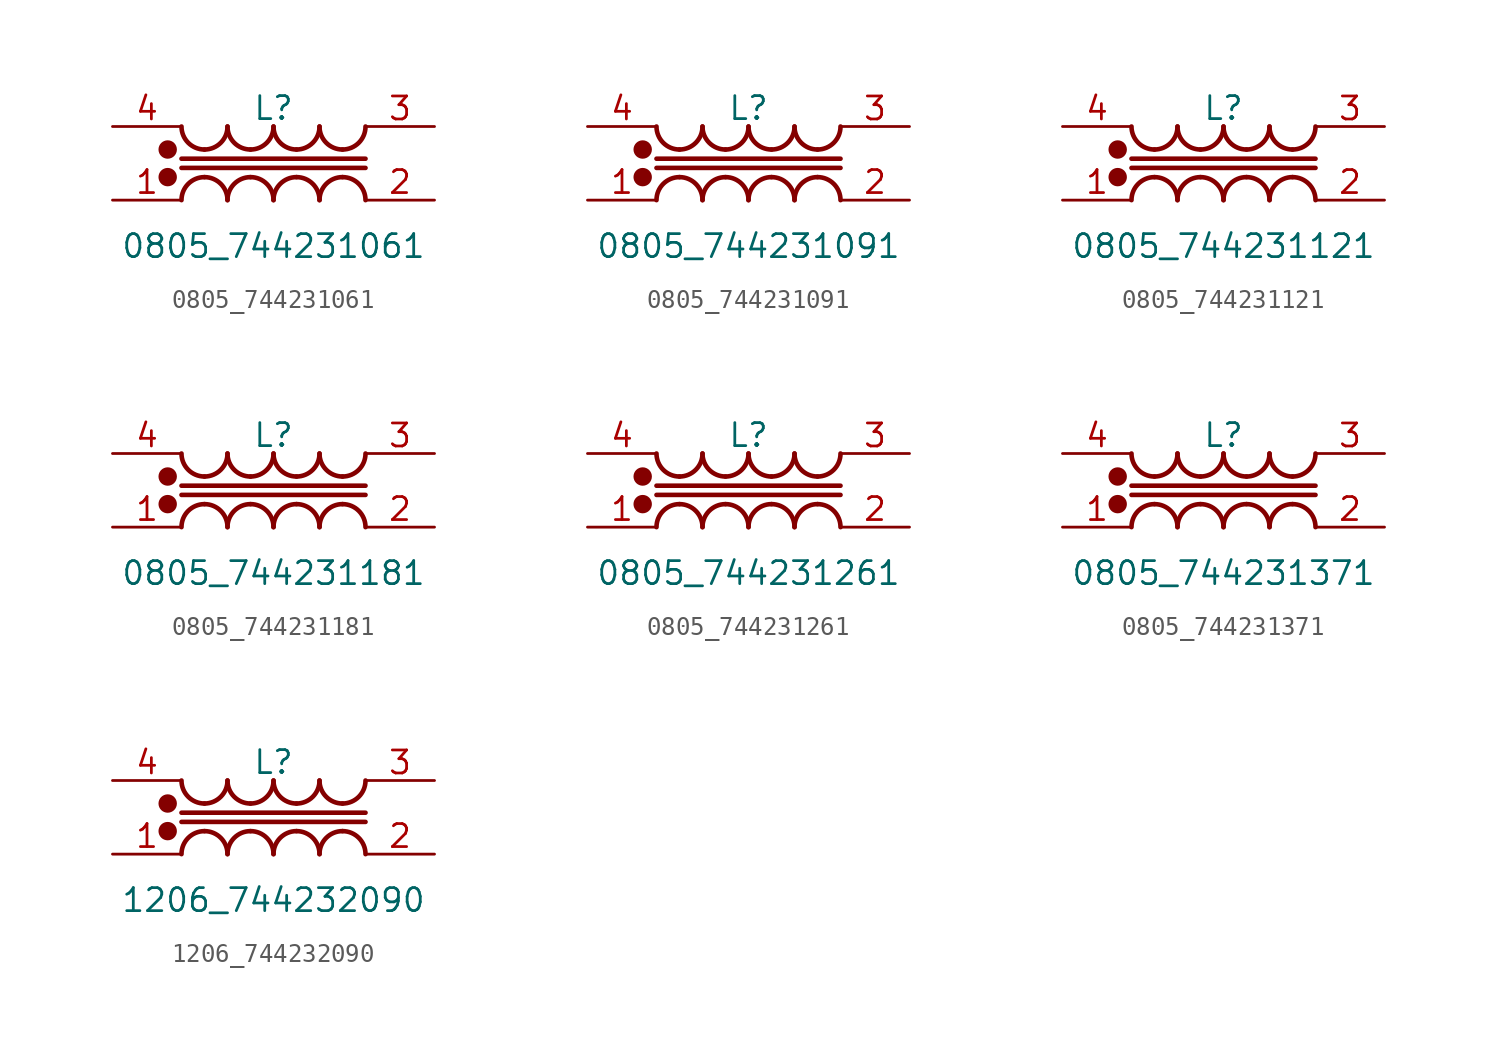
<source format=kicad_sym>
(kicad_symbol_lib
  (version 20211014)
  (generator kicad_symbol_editor)
  (symbol "Inductor_Wurth_WE-CNSW:0805_744231061"
    (pin_names hide)
    (property "Reference" "L"
      (at 0 5.08 0)
      (effects (font (size 1.27 1.27))))
    (property "Value" "0805_744231061"
      (at 0 -2.54 0)
      (effects (font (size 1.27 1.27))))
    (symbol "0805_744231061_0_1"
      (arc (start -5.08 4.064) (mid -4.708 3.166) (end -3.81 2.794) (stroke (width 0.254) (type default)) (fill (type none)))
      (arc (start -3.81 1.27) (mid -4.708 0.898) (end -5.08 0) (stroke (width 0.254) (type default)) (fill (type none)))
      (arc (start -3.81 2.794) (mid -2.912 3.166) (end -2.54 4.064) (stroke (width 0.254) (type default)) (fill (type none)))
      (arc (start -2.54 0) (mid -2.912 0.898) (end -3.81 1.27) (stroke (width 0.254) (type default)) (fill (type none)))
      (arc (start -2.5399 4.0639) (mid -2.1679 3.1659) (end -1.2699 2.7939) (stroke (width 0.254) (type default)) (fill (type none)))
      (arc (start -1.2699 1.2701) (mid -2.1679 0.8981) (end -2.5399 0.0001) (stroke (width 0.254) (type default)) (fill (type none)))
      (arc (start -1.2699 2.7939) (mid -0.3719 3.1659) (end 0.0001 4.0639) (stroke (width 0.254) (type default)) (fill (type none)))
      (arc (start 0.0001 0.0001) (mid -0.3719 0.8981) (end -1.2699 1.2701) (stroke (width 0.254) (type default)) (fill (type none)))
      (polyline (pts (xy -5.08 1.778) (xy 5.08 1.778)) (stroke (width 0.254) (type default)) (fill (type none)))
      (polyline (pts (xy -5.08 2.286) (xy 5.08 2.286)) (stroke (width 0.254) (type default)) (fill (type none)))
      (arc (start 0.0001 4.0639) (mid 0.3721 3.166) (end 1.2701 2.7939) (stroke (width 0.254) (type default)) (fill (type none)))
      (arc (start 1.2701 1.2701) (mid 0.3721 0.8981) (end 0.0001 0.0001) (stroke (width 0.254) (type default)) (fill (type none)))
      (arc (start 1.2701 2.7939) (mid 2.1681 3.1659) (end 2.5401 4.0639) (stroke (width 0.254) (type default)) (fill (type none)))
      (arc (start 2.5401 0.0001) (mid 2.1681 0.8981) (end 1.2701 1.2701) (stroke (width 0.254) (type default)) (fill (type none)))
      (arc (start 2.5401 4.0639) (mid 2.9121 3.166) (end 3.8101 2.7939) (stroke (width 0.254) (type default)) (fill (type none)))
      (arc (start 3.8101 1.2701) (mid 2.9121 0.8981) (end 2.5401 0.0001) (stroke (width 0.254) (type default)) (fill (type none)))
      (arc (start 3.8101 2.7939) (mid 4.7081 3.1659) (end 5.0801 4.0639) (stroke (width 0.254) (type default)) (fill (type none)))
      (arc (start 5.0801 0.0001) (mid 4.7081 0.8981) (end 3.8101 1.2701) (stroke (width 0.254) (type default)) (fill (type none))))
    (symbol "0805_744231061_1_1"
      (circle (center -5.842 1.27) (radius 0.0001) (stroke (width 0.508) (type default)) (fill (type none)))
      (circle (center -5.842 2.794) (radius 0.0001) (stroke (width 0.508) (type default)) (fill (type none)))
      (pin passive line (at -8.89 0 0) (length 3.81) (name "1" (effects (font (size 1.27 1.27)))) (number "1" (effects (font (size 1.27 1.27)))))
      (pin passive line (at 8.89 0 180) (length 3.81) (name "2" (effects (font (size 1.27 1.27)))) (number "2" (effects (font (size 1.27 1.27)))))
      (pin passive line (at 8.89 4.064 180) (length 3.81) (name "3" (effects (font (size 1.27 1.27)))) (number "3" (effects (font (size 1.27 1.27)))))
      (pin passive line (at -8.89 4.064 0) (length 3.81) (name "4" (effects (font (size 1.27 1.27)))) (number "4" (effects (font (size 1.27 1.27)))))))
  (symbol "Inductor_Wurth_WE-CNSW:0805_744231091"
    (pin_names hide)
    (property "Reference" "L"
      (at 0 5.08 0)
      (effects (font (size 1.27 1.27))))
    (property "Value" "0805_744231091"
      (at 0 -2.54 0)
      (effects (font (size 1.27 1.27))))
    (symbol "0805_744231091_0_1"
      (arc (start -5.08 4.064) (mid -4.708 3.166) (end -3.81 2.794) (stroke (width 0.254) (type default)) (fill (type none)))
      (arc (start -3.81 1.27) (mid -4.708 0.898) (end -5.08 0) (stroke (width 0.254) (type default)) (fill (type none)))
      (arc (start -3.81 2.794) (mid -2.912 3.166) (end -2.54 4.064) (stroke (width 0.254) (type default)) (fill (type none)))
      (arc (start -2.54 0) (mid -2.912 0.898) (end -3.81 1.27) (stroke (width 0.254) (type default)) (fill (type none)))
      (arc (start -2.5399 4.0639) (mid -2.1679 3.1659) (end -1.2699 2.7939) (stroke (width 0.254) (type default)) (fill (type none)))
      (arc (start -1.2699 1.2701) (mid -2.1679 0.8981) (end -2.5399 0.0001) (stroke (width 0.254) (type default)) (fill (type none)))
      (arc (start -1.2699 2.7939) (mid -0.3719 3.1659) (end 0.0001 4.0639) (stroke (width 0.254) (type default)) (fill (type none)))
      (arc (start 0.0001 0.0001) (mid -0.3719 0.8981) (end -1.2699 1.2701) (stroke (width 0.254) (type default)) (fill (type none)))
      (polyline (pts (xy -5.08 1.778) (xy 5.08 1.778)) (stroke (width 0.254) (type default)) (fill (type none)))
      (polyline (pts (xy -5.08 2.286) (xy 5.08 2.286)) (stroke (width 0.254) (type default)) (fill (type none)))
      (arc (start 0.0001 4.0639) (mid 0.3721 3.166) (end 1.2701 2.7939) (stroke (width 0.254) (type default)) (fill (type none)))
      (arc (start 1.2701 1.2701) (mid 0.3721 0.8981) (end 0.0001 0.0001) (stroke (width 0.254) (type default)) (fill (type none)))
      (arc (start 1.2701 2.7939) (mid 2.1681 3.1659) (end 2.5401 4.0639) (stroke (width 0.254) (type default)) (fill (type none)))
      (arc (start 2.5401 0.0001) (mid 2.1681 0.8981) (end 1.2701 1.2701) (stroke (width 0.254) (type default)) (fill (type none)))
      (arc (start 2.5401 4.0639) (mid 2.9121 3.166) (end 3.8101 2.7939) (stroke (width 0.254) (type default)) (fill (type none)))
      (arc (start 3.8101 1.2701) (mid 2.9121 0.8981) (end 2.5401 0.0001) (stroke (width 0.254) (type default)) (fill (type none)))
      (arc (start 3.8101 2.7939) (mid 4.7081 3.1659) (end 5.0801 4.0639) (stroke (width 0.254) (type default)) (fill (type none)))
      (arc (start 5.0801 0.0001) (mid 4.7081 0.8981) (end 3.8101 1.2701) (stroke (width 0.254) (type default)) (fill (type none))))
    (symbol "0805_744231091_1_1"
      (circle (center -5.842 1.27) (radius 0.0001) (stroke (width 0.508) (type default)) (fill (type none)))
      (circle (center -5.842 2.794) (radius 0.0001) (stroke (width 0.508) (type default)) (fill (type none)))
      (pin passive line (at -8.89 0 0) (length 3.81) (name "1" (effects (font (size 1.27 1.27)))) (number "1" (effects (font (size 1.27 1.27)))))
      (pin passive line (at 8.89 0 180) (length 3.81) (name "2" (effects (font (size 1.27 1.27)))) (number "2" (effects (font (size 1.27 1.27)))))
      (pin passive line (at 8.89 4.064 180) (length 3.81) (name "3" (effects (font (size 1.27 1.27)))) (number "3" (effects (font (size 1.27 1.27)))))
      (pin passive line (at -8.89 4.064 0) (length 3.81) (name "4" (effects (font (size 1.27 1.27)))) (number "4" (effects (font (size 1.27 1.27)))))))
  (symbol "Inductor_Wurth_WE-CNSW:0805_744231121"
    (pin_names hide)
    (property "Reference" "L"
      (at 0 5.08 0)
      (effects (font (size 1.27 1.27))))
    (property "Value" "0805_744231121"
      (at 0 -2.54 0)
      (effects (font (size 1.27 1.27))))
    (symbol "0805_744231121_0_1"
      (arc (start -5.08 4.064) (mid -4.708 3.166) (end -3.81 2.794) (stroke (width 0.254) (type default)) (fill (type none)))
      (arc (start -3.81 1.27) (mid -4.708 0.898) (end -5.08 0) (stroke (width 0.254) (type default)) (fill (type none)))
      (arc (start -3.81 2.794) (mid -2.912 3.166) (end -2.54 4.064) (stroke (width 0.254) (type default)) (fill (type none)))
      (arc (start -2.54 0) (mid -2.912 0.898) (end -3.81 1.27) (stroke (width 0.254) (type default)) (fill (type none)))
      (arc (start -2.5399 4.0639) (mid -2.1679 3.1659) (end -1.2699 2.7939) (stroke (width 0.254) (type default)) (fill (type none)))
      (arc (start -1.2699 1.2701) (mid -2.1679 0.8981) (end -2.5399 0.0001) (stroke (width 0.254) (type default)) (fill (type none)))
      (arc (start -1.2699 2.7939) (mid -0.3719 3.1659) (end 0.0001 4.0639) (stroke (width 0.254) (type default)) (fill (type none)))
      (arc (start 0.0001 0.0001) (mid -0.3719 0.8981) (end -1.2699 1.2701) (stroke (width 0.254) (type default)) (fill (type none)))
      (polyline (pts (xy -5.08 1.778) (xy 5.08 1.778)) (stroke (width 0.254) (type default)) (fill (type none)))
      (polyline (pts (xy -5.08 2.286) (xy 5.08 2.286)) (stroke (width 0.254) (type default)) (fill (type none)))
      (arc (start 0.0001 4.0639) (mid 0.3721 3.166) (end 1.2701 2.7939) (stroke (width 0.254) (type default)) (fill (type none)))
      (arc (start 1.2701 1.2701) (mid 0.3721 0.8981) (end 0.0001 0.0001) (stroke (width 0.254) (type default)) (fill (type none)))
      (arc (start 1.2701 2.7939) (mid 2.1681 3.1659) (end 2.5401 4.0639) (stroke (width 0.254) (type default)) (fill (type none)))
      (arc (start 2.5401 0.0001) (mid 2.1681 0.8981) (end 1.2701 1.2701) (stroke (width 0.254) (type default)) (fill (type none)))
      (arc (start 2.5401 4.0639) (mid 2.9121 3.166) (end 3.8101 2.7939) (stroke (width 0.254) (type default)) (fill (type none)))
      (arc (start 3.8101 1.2701) (mid 2.9121 0.8981) (end 2.5401 0.0001) (stroke (width 0.254) (type default)) (fill (type none)))
      (arc (start 3.8101 2.7939) (mid 4.7081 3.1659) (end 5.0801 4.0639) (stroke (width 0.254) (type default)) (fill (type none)))
      (arc (start 5.0801 0.0001) (mid 4.7081 0.8981) (end 3.8101 1.2701) (stroke (width 0.254) (type default)) (fill (type none))))
    (symbol "0805_744231121_1_1"
      (circle (center -5.842 1.27) (radius 0.0001) (stroke (width 0.508) (type default)) (fill (type none)))
      (circle (center -5.842 2.794) (radius 0.0001) (stroke (width 0.508) (type default)) (fill (type none)))
      (pin passive line (at -8.89 0 0) (length 3.81) (name "1" (effects (font (size 1.27 1.27)))) (number "1" (effects (font (size 1.27 1.27)))))
      (pin passive line (at 8.89 0 180) (length 3.81) (name "2" (effects (font (size 1.27 1.27)))) (number "2" (effects (font (size 1.27 1.27)))))
      (pin passive line (at 8.89 4.064 180) (length 3.81) (name "3" (effects (font (size 1.27 1.27)))) (number "3" (effects (font (size 1.27 1.27)))))
      (pin passive line (at -8.89 4.064 0) (length 3.81) (name "4" (effects (font (size 1.27 1.27)))) (number "4" (effects (font (size 1.27 1.27)))))))
  (symbol "Inductor_Wurth_WE-CNSW:0805_744231181"
    (pin_names hide)
    (property "Reference" "L"
      (at 0 5.08 0)
      (effects (font (size 1.27 1.27))))
    (property "Value" "0805_744231181"
      (at 0 -2.54 0)
      (effects (font (size 1.27 1.27))))
    (symbol "0805_744231181_0_1"
      (arc (start -5.08 4.064) (mid -4.708 3.166) (end -3.81 2.794) (stroke (width 0.254) (type default)) (fill (type none)))
      (arc (start -3.81 1.27) (mid -4.708 0.898) (end -5.08 0) (stroke (width 0.254) (type default)) (fill (type none)))
      (arc (start -3.81 2.794) (mid -2.912 3.166) (end -2.54 4.064) (stroke (width 0.254) (type default)) (fill (type none)))
      (arc (start -2.54 0) (mid -2.912 0.898) (end -3.81 1.27) (stroke (width 0.254) (type default)) (fill (type none)))
      (arc (start -2.5399 4.0639) (mid -2.1679 3.1659) (end -1.2699 2.7939) (stroke (width 0.254) (type default)) (fill (type none)))
      (arc (start -1.2699 1.2701) (mid -2.1679 0.8981) (end -2.5399 0.0001) (stroke (width 0.254) (type default)) (fill (type none)))
      (arc (start -1.2699 2.7939) (mid -0.3719 3.1659) (end 0.0001 4.0639) (stroke (width 0.254) (type default)) (fill (type none)))
      (arc (start 0.0001 0.0001) (mid -0.3719 0.8981) (end -1.2699 1.2701) (stroke (width 0.254) (type default)) (fill (type none)))
      (polyline (pts (xy -5.08 1.778) (xy 5.08 1.778)) (stroke (width 0.254) (type default)) (fill (type none)))
      (polyline (pts (xy -5.08 2.286) (xy 5.08 2.286)) (stroke (width 0.254) (type default)) (fill (type none)))
      (arc (start 0.0001 4.0639) (mid 0.3721 3.166) (end 1.2701 2.7939) (stroke (width 0.254) (type default)) (fill (type none)))
      (arc (start 1.2701 1.2701) (mid 0.3721 0.8981) (end 0.0001 0.0001) (stroke (width 0.254) (type default)) (fill (type none)))
      (arc (start 1.2701 2.7939) (mid 2.1681 3.1659) (end 2.5401 4.0639) (stroke (width 0.254) (type default)) (fill (type none)))
      (arc (start 2.5401 0.0001) (mid 2.1681 0.8981) (end 1.2701 1.2701) (stroke (width 0.254) (type default)) (fill (type none)))
      (arc (start 2.5401 4.0639) (mid 2.9121 3.166) (end 3.8101 2.7939) (stroke (width 0.254) (type default)) (fill (type none)))
      (arc (start 3.8101 1.2701) (mid 2.9121 0.8981) (end 2.5401 0.0001) (stroke (width 0.254) (type default)) (fill (type none)))
      (arc (start 3.8101 2.7939) (mid 4.7081 3.1659) (end 5.0801 4.0639) (stroke (width 0.254) (type default)) (fill (type none)))
      (arc (start 5.0801 0.0001) (mid 4.7081 0.8981) (end 3.8101 1.2701) (stroke (width 0.254) (type default)) (fill (type none))))
    (symbol "0805_744231181_1_1"
      (circle (center -5.842 1.27) (radius 0.0001) (stroke (width 0.508) (type default)) (fill (type none)))
      (circle (center -5.842 2.794) (radius 0.0001) (stroke (width 0.508) (type default)) (fill (type none)))
      (pin passive line (at -8.89 0 0) (length 3.81) (name "1" (effects (font (size 1.27 1.27)))) (number "1" (effects (font (size 1.27 1.27)))))
      (pin passive line (at 8.89 0 180) (length 3.81) (name "2" (effects (font (size 1.27 1.27)))) (number "2" (effects (font (size 1.27 1.27)))))
      (pin passive line (at 8.89 4.064 180) (length 3.81) (name "3" (effects (font (size 1.27 1.27)))) (number "3" (effects (font (size 1.27 1.27)))))
      (pin passive line (at -8.89 4.064 0) (length 3.81) (name "4" (effects (font (size 1.27 1.27)))) (number "4" (effects (font (size 1.27 1.27)))))))
  (symbol "Inductor_Wurth_WE-CNSW:0805_744231261"
    (pin_names hide)
    (property "Reference" "L"
      (at 0 5.08 0)
      (effects (font (size 1.27 1.27))))
    (property "Value" "0805_744231261"
      (at 0 -2.54 0)
      (effects (font (size 1.27 1.27))))
    (symbol "0805_744231261_0_1"
      (arc (start -5.08 4.064) (mid -4.708 3.166) (end -3.81 2.794) (stroke (width 0.254) (type default)) (fill (type none)))
      (arc (start -3.81 1.27) (mid -4.708 0.898) (end -5.08 0) (stroke (width 0.254) (type default)) (fill (type none)))
      (arc (start -3.81 2.794) (mid -2.912 3.166) (end -2.54 4.064) (stroke (width 0.254) (type default)) (fill (type none)))
      (arc (start -2.54 0) (mid -2.912 0.898) (end -3.81 1.27) (stroke (width 0.254) (type default)) (fill (type none)))
      (arc (start -2.5399 4.0639) (mid -2.1679 3.1659) (end -1.2699 2.7939) (stroke (width 0.254) (type default)) (fill (type none)))
      (arc (start -1.2699 1.2701) (mid -2.1679 0.8981) (end -2.5399 0.0001) (stroke (width 0.254) (type default)) (fill (type none)))
      (arc (start -1.2699 2.7939) (mid -0.3719 3.1659) (end 0.0001 4.0639) (stroke (width 0.254) (type default)) (fill (type none)))
      (arc (start 0.0001 0.0001) (mid -0.3719 0.8981) (end -1.2699 1.2701) (stroke (width 0.254) (type default)) (fill (type none)))
      (polyline (pts (xy -5.08 1.778) (xy 5.08 1.778)) (stroke (width 0.254) (type default)) (fill (type none)))
      (polyline (pts (xy -5.08 2.286) (xy 5.08 2.286)) (stroke (width 0.254) (type default)) (fill (type none)))
      (arc (start 0.0001 4.0639) (mid 0.3721 3.166) (end 1.2701 2.7939) (stroke (width 0.254) (type default)) (fill (type none)))
      (arc (start 1.2701 1.2701) (mid 0.3721 0.8981) (end 0.0001 0.0001) (stroke (width 0.254) (type default)) (fill (type none)))
      (arc (start 1.2701 2.7939) (mid 2.1681 3.1659) (end 2.5401 4.0639) (stroke (width 0.254) (type default)) (fill (type none)))
      (arc (start 2.5401 0.0001) (mid 2.1681 0.8981) (end 1.2701 1.2701) (stroke (width 0.254) (type default)) (fill (type none)))
      (arc (start 2.5401 4.0639) (mid 2.9121 3.166) (end 3.8101 2.7939) (stroke (width 0.254) (type default)) (fill (type none)))
      (arc (start 3.8101 1.2701) (mid 2.9121 0.8981) (end 2.5401 0.0001) (stroke (width 0.254) (type default)) (fill (type none)))
      (arc (start 3.8101 2.7939) (mid 4.7081 3.1659) (end 5.0801 4.0639) (stroke (width 0.254) (type default)) (fill (type none)))
      (arc (start 5.0801 0.0001) (mid 4.7081 0.8981) (end 3.8101 1.2701) (stroke (width 0.254) (type default)) (fill (type none))))
    (symbol "0805_744231261_1_1"
      (circle (center -5.842 1.27) (radius 0.0001) (stroke (width 0.508) (type default)) (fill (type none)))
      (circle (center -5.842 2.794) (radius 0.0001) (stroke (width 0.508) (type default)) (fill (type none)))
      (pin passive line (at -8.89 0 0) (length 3.81) (name "1" (effects (font (size 1.27 1.27)))) (number "1" (effects (font (size 1.27 1.27)))))
      (pin passive line (at 8.89 0 180) (length 3.81) (name "2" (effects (font (size 1.27 1.27)))) (number "2" (effects (font (size 1.27 1.27)))))
      (pin passive line (at 8.89 4.064 180) (length 3.81) (name "3" (effects (font (size 1.27 1.27)))) (number "3" (effects (font (size 1.27 1.27)))))
      (pin passive line (at -8.89 4.064 0) (length 3.81) (name "4" (effects (font (size 1.27 1.27)))) (number "4" (effects (font (size 1.27 1.27)))))))
  (symbol "Inductor_Wurth_WE-CNSW:0805_744231371"
    (pin_names hide)
    (property "Reference" "L"
      (at 0 5.08 0)
      (effects (font (size 1.27 1.27))))
    (property "Value" "0805_744231371"
      (at 0 -2.54 0)
      (effects (font (size 1.27 1.27))))
    (symbol "0805_744231371_0_1"
      (arc (start -5.08 4.064) (mid -4.708 3.166) (end -3.81 2.794) (stroke (width 0.254) (type default)) (fill (type none)))
      (arc (start -3.81 1.27) (mid -4.708 0.898) (end -5.08 0) (stroke (width 0.254) (type default)) (fill (type none)))
      (arc (start -3.81 2.794) (mid -2.912 3.166) (end -2.54 4.064) (stroke (width 0.254) (type default)) (fill (type none)))
      (arc (start -2.54 0) (mid -2.912 0.898) (end -3.81 1.27) (stroke (width 0.254) (type default)) (fill (type none)))
      (arc (start -2.5399 4.0639) (mid -2.1679 3.1659) (end -1.2699 2.7939) (stroke (width 0.254) (type default)) (fill (type none)))
      (arc (start -1.2699 1.2701) (mid -2.1679 0.8981) (end -2.5399 0.0001) (stroke (width 0.254) (type default)) (fill (type none)))
      (arc (start -1.2699 2.7939) (mid -0.3719 3.1659) (end 0.0001 4.0639) (stroke (width 0.254) (type default)) (fill (type none)))
      (arc (start 0.0001 0.0001) (mid -0.3719 0.8981) (end -1.2699 1.2701) (stroke (width 0.254) (type default)) (fill (type none)))
      (polyline (pts (xy -5.08 1.778) (xy 5.08 1.778)) (stroke (width 0.254) (type default)) (fill (type none)))
      (polyline (pts (xy -5.08 2.286) (xy 5.08 2.286)) (stroke (width 0.254) (type default)) (fill (type none)))
      (arc (start 0.0001 4.0639) (mid 0.3721 3.166) (end 1.2701 2.7939) (stroke (width 0.254) (type default)) (fill (type none)))
      (arc (start 1.2701 1.2701) (mid 0.3721 0.8981) (end 0.0001 0.0001) (stroke (width 0.254) (type default)) (fill (type none)))
      (arc (start 1.2701 2.7939) (mid 2.1681 3.1659) (end 2.5401 4.0639) (stroke (width 0.254) (type default)) (fill (type none)))
      (arc (start 2.5401 0.0001) (mid 2.1681 0.8981) (end 1.2701 1.2701) (stroke (width 0.254) (type default)) (fill (type none)))
      (arc (start 2.5401 4.0639) (mid 2.9121 3.166) (end 3.8101 2.7939) (stroke (width 0.254) (type default)) (fill (type none)))
      (arc (start 3.8101 1.2701) (mid 2.9121 0.8981) (end 2.5401 0.0001) (stroke (width 0.254) (type default)) (fill (type none)))
      (arc (start 3.8101 2.7939) (mid 4.7081 3.1659) (end 5.0801 4.0639) (stroke (width 0.254) (type default)) (fill (type none)))
      (arc (start 5.0801 0.0001) (mid 4.7081 0.8981) (end 3.8101 1.2701) (stroke (width 0.254) (type default)) (fill (type none))))
    (symbol "0805_744231371_1_1"
      (circle (center -5.842 1.27) (radius 0.0001) (stroke (width 0.508) (type default)) (fill (type none)))
      (circle (center -5.842 2.794) (radius 0.0001) (stroke (width 0.508) (type default)) (fill (type none)))
      (pin passive line (at -8.89 0 0) (length 3.81) (name "1" (effects (font (size 1.27 1.27)))) (number "1" (effects (font (size 1.27 1.27)))))
      (pin passive line (at 8.89 0 180) (length 3.81) (name "2" (effects (font (size 1.27 1.27)))) (number "2" (effects (font (size 1.27 1.27)))))
      (pin passive line (at 8.89 4.064 180) (length 3.81) (name "3" (effects (font (size 1.27 1.27)))) (number "3" (effects (font (size 1.27 1.27)))))
      (pin passive line (at -8.89 4.064 0) (length 3.81) (name "4" (effects (font (size 1.27 1.27)))) (number "4" (effects (font (size 1.27 1.27)))))))
  (symbol "Inductor_Wurth_WE-CNSW:1206_744232090"
    (pin_names hide)
    (property "Reference" "L"
      (at 0 5.08 0)
      (effects (font (size 1.27 1.27))))
    (property "Value" "1206_744232090"
      (at 0 -2.54 0)
      (effects (font (size 1.27 1.27))))
    (symbol "1206_744232090_0_1"
      (arc (start -5.08 4.064) (mid -4.708 3.166) (end -3.81 2.794) (stroke (width 0.254) (type default)) (fill (type none)))
      (arc (start -3.81 1.27) (mid -4.708 0.898) (end -5.08 0) (stroke (width 0.254) (type default)) (fill (type none)))
      (arc (start -3.81 2.794) (mid -2.912 3.166) (end -2.54 4.064) (stroke (width 0.254) (type default)) (fill (type none)))
      (arc (start -2.54 0) (mid -2.912 0.898) (end -3.81 1.27) (stroke (width 0.254) (type default)) (fill (type none)))
      (arc (start -2.5399 4.0639) (mid -2.1679 3.1659) (end -1.2699 2.7939) (stroke (width 0.254) (type default)) (fill (type none)))
      (arc (start -1.2699 1.2701) (mid -2.1679 0.8981) (end -2.5399 0.0001) (stroke (width 0.254) (type default)) (fill (type none)))
      (arc (start -1.2699 2.7939) (mid -0.3719 3.1659) (end 0.0001 4.0639) (stroke (width 0.254) (type default)) (fill (type none)))
      (arc (start 0.0001 0.0001) (mid -0.3719 0.8981) (end -1.2699 1.2701) (stroke (width 0.254) (type default)) (fill (type none)))
      (polyline (pts (xy -5.08 1.778) (xy 5.08 1.778)) (stroke (width 0.254) (type default)) (fill (type none)))
      (polyline (pts (xy -5.08 2.286) (xy 5.08 2.286)) (stroke (width 0.254) (type default)) (fill (type none)))
      (arc (start 0.0001 4.0639) (mid 0.3721 3.166) (end 1.2701 2.7939) (stroke (width 0.254) (type default)) (fill (type none)))
      (arc (start 1.2701 1.2701) (mid 0.3721 0.8981) (end 0.0001 0.0001) (stroke (width 0.254) (type default)) (fill (type none)))
      (arc (start 1.2701 2.7939) (mid 2.1681 3.1659) (end 2.5401 4.0639) (stroke (width 0.254) (type default)) (fill (type none)))
      (arc (start 2.5401 0.0001) (mid 2.1681 0.8981) (end 1.2701 1.2701) (stroke (width 0.254) (type default)) (fill (type none)))
      (arc (start 2.5401 4.0639) (mid 2.9121 3.166) (end 3.8101 2.7939) (stroke (width 0.254) (type default)) (fill (type none)))
      (arc (start 3.8101 1.2701) (mid 2.9121 0.8981) (end 2.5401 0.0001) (stroke (width 0.254) (type default)) (fill (type none)))
      (arc (start 3.8101 2.7939) (mid 4.7081 3.1659) (end 5.0801 4.0639) (stroke (width 0.254) (type default)) (fill (type none)))
      (arc (start 5.0801 0.0001) (mid 4.7081 0.8981) (end 3.8101 1.2701) (stroke (width 0.254) (type default)) (fill (type none))))
    (symbol "1206_744232090_1_1"
      (circle (center -5.842 1.27) (radius 0.0001) (stroke (width 0.508) (type default)) (fill (type none)))
      (circle (center -5.842 2.794) (radius 0.0001) (stroke (width 0.508) (type default)) (fill (type none)))
      (pin passive line (at -8.89 0 0) (length 3.81) (name "1" (effects (font (size 1.27 1.27)))) (number "1" (effects (font (size 1.27 1.27)))))
      (pin passive line (at 8.89 0 180) (length 3.81) (name "2" (effects (font (size 1.27 1.27)))) (number "2" (effects (font (size 1.27 1.27)))))
      (pin passive line (at 8.89 4.064 180) (length 3.81) (name "3" (effects (font (size 1.27 1.27)))) (number "3" (effects (font (size 1.27 1.27)))))
      (pin passive line (at -8.89 4.064 0) (length 3.81) (name "4" (effects (font (size 1.27 1.27)))) (number "4" (effects (font (size 1.27 1.27))))))))
</source>
